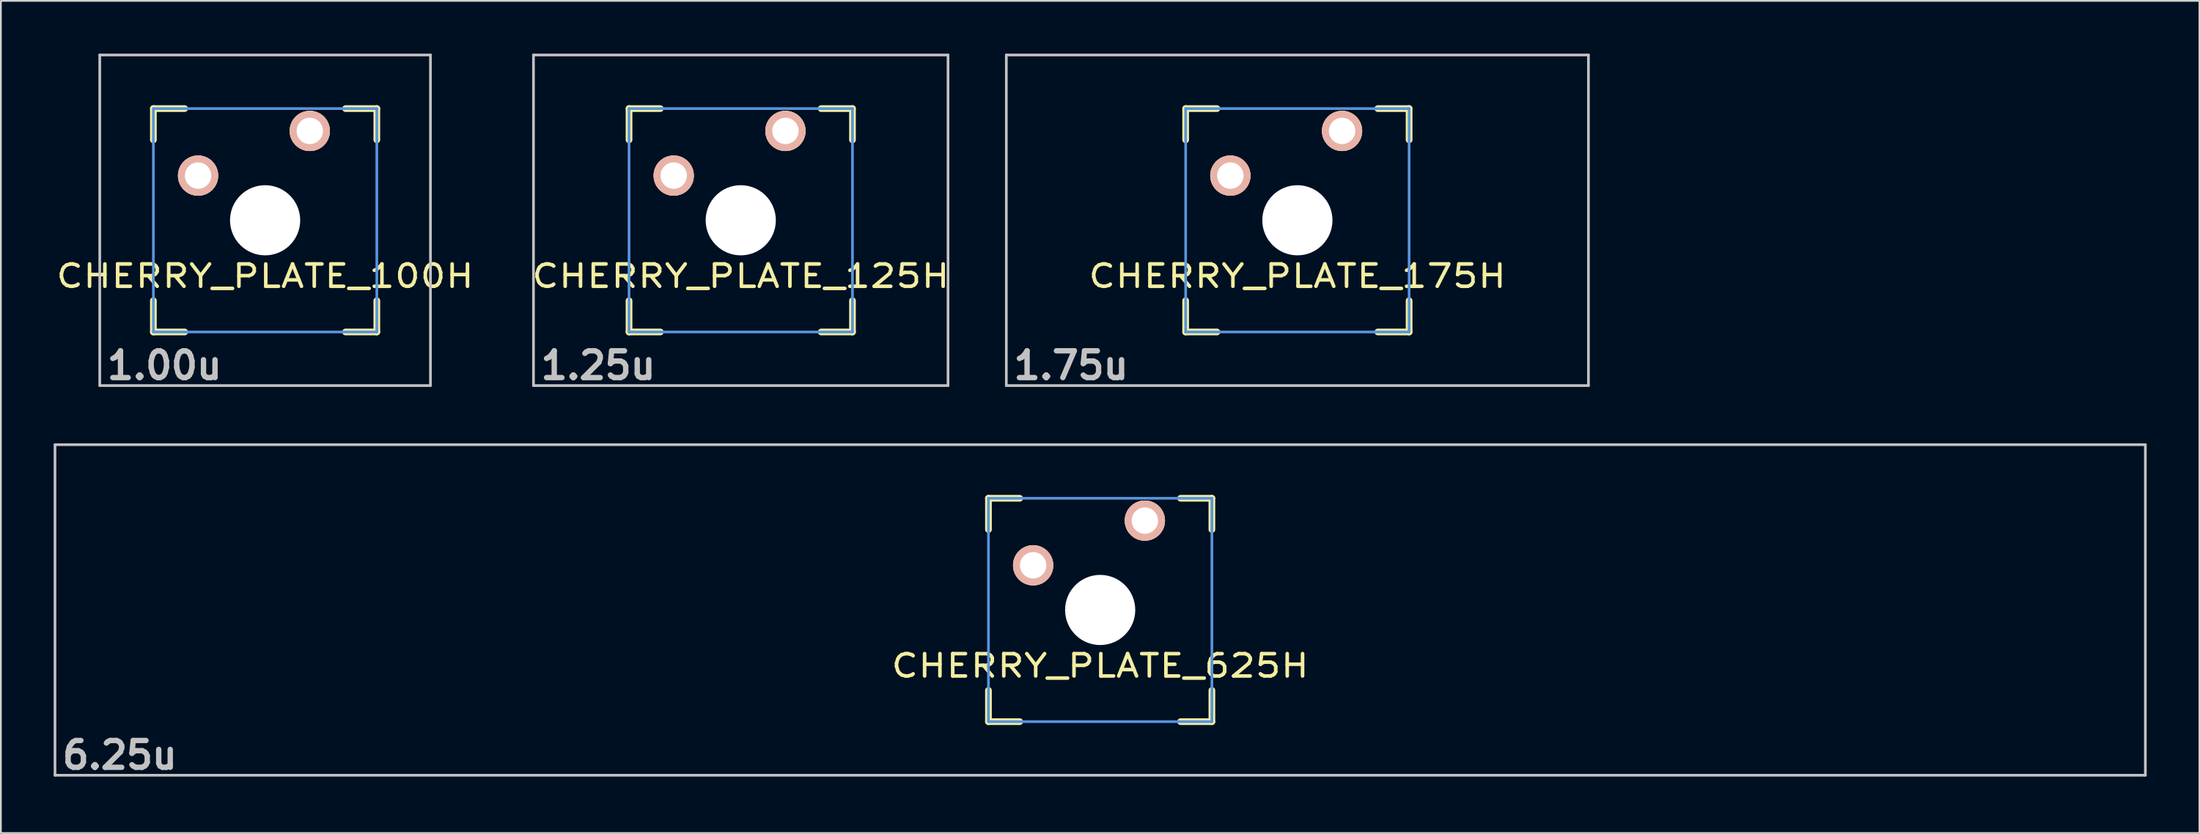
<source format=kicad_pcb>
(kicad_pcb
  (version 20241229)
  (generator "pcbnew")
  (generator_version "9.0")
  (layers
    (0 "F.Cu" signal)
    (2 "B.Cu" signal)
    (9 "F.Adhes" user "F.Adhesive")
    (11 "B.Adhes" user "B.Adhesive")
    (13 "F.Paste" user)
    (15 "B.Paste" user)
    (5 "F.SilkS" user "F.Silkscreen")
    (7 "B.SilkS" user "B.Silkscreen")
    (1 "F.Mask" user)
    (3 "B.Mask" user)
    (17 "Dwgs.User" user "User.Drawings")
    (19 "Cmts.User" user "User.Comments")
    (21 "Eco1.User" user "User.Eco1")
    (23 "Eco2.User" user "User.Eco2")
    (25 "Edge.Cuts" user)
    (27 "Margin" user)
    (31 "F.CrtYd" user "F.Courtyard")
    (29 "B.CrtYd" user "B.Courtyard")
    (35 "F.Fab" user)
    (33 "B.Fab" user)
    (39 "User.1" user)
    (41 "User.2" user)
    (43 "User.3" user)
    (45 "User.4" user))
  (footprint "CHERRY_PLATE_625H"
    (layer "F.Cu")
    (at 59.482 31.63)
    (property "Reference" "CHERRY_PLATE_625H" (at 0 3.175 0) (layer "F.SilkS") (effects (font (size 1.27 1.524) (thickness 0.203))))
    (attr through_hole)
    (fp_line (start -6.35 -6.35) (end -4.572 -6.35) (stroke (width 0.381) (type solid)) (layer "F.SilkS"))
    (fp_line (start -6.35 -4.572) (end -6.35 -6.35) (stroke (width 0.381) (type solid)) (layer "F.SilkS"))
    (fp_line (start -6.35 6.35) (end -6.35 4.572) (stroke (width 0.381) (type solid)) (layer "F.SilkS"))
    (fp_line (start -4.572 6.35) (end -6.35 6.35) (stroke (width 0.381) (type solid)) (layer "F.SilkS"))
    (fp_line (start 4.572 -6.35) (end 6.35 -6.35) (stroke (width 0.381) (type solid)) (layer "F.SilkS"))
    (fp_line (start 6.35 -6.35) (end 6.35 -4.572) (stroke (width 0.381) (type solid)) (layer "F.SilkS"))
    (fp_line (start 6.35 4.572) (end 6.35 6.35) (stroke (width 0.381) (type solid)) (layer "F.SilkS"))
    (fp_line (start 6.35 6.35) (end 4.572 6.35) (stroke (width 0.381) (type solid)) (layer "F.SilkS"))
    (fp_line (start -59.406 -9.398) (end 59.406 -9.398) (stroke (width 0.152) (type solid)) (layer "Dwgs.User"))
    (fp_line (start -59.406 9.398) (end -59.406 -9.398) (stroke (width 0.152) (type solid)) (layer "Dwgs.User"))
    (fp_line (start 59.406 -9.398) (end 59.406 9.398) (stroke (width 0.152) (type solid)) (layer "Dwgs.User"))
    (fp_line (start 59.406 9.398) (end -59.406 9.398) (stroke (width 0.152) (type solid)) (layer "Dwgs.User"))
    (fp_line (start -6.35 -6.35) (end 6.35 -6.35) (stroke (width 0.152) (type solid)) (layer "Cmts.User"))
    (fp_line (start -6.35 6.35) (end -6.35 -6.35) (stroke (width 0.152) (type solid)) (layer "Cmts.User"))
    (fp_line (start 6.35 -6.35) (end 6.35 6.35) (stroke (width 0.152) (type solid)) (layer "Cmts.User"))
    (fp_line (start 6.35 6.35) (end -6.35 6.35) (stroke (width 0.152) (type solid)) (layer "Cmts.User"))
    (fp_text user "6.25u" (at -55.723 8.255 0) (layer "Dwgs.User") (effects (font (size 1.524 1.524) (thickness 0.305))))
    (pad "" np_thru_hole circle (at 0 0) (size 3.988 3.988) (drill 3.988) (layers "*.Cu"))
    (pad "1" thru_hole circle (at 2.54 -5.08) (size 2.286 2.286) (drill 1.499) (layers "*.Cu" "*.SilkS" "*.Mask"))
    (pad "2" thru_hole circle (at -3.81 -2.54) (size 2.286 2.286) (drill 1.499) (layers "*.Cu" "*.SilkS" "*.Mask")))
  (footprint "CHERRY_PLATE_125H"
    (layer "F.Cu")
    (at 39.053 9.474)
    (property "Reference" "CHERRY_PLATE_125H" (at 0 3.175 0) (layer "F.SilkS") (effects (font (size 1.27 1.524) (thickness 0.203))))
    (attr through_hole)
    (fp_line (start -6.35 -6.35) (end -4.572 -6.35) (stroke (width 0.381) (type solid)) (layer "F.SilkS"))
    (fp_line (start -6.35 -4.572) (end -6.35 -6.35) (stroke (width 0.381) (type solid)) (layer "F.SilkS"))
    (fp_line (start -6.35 6.35) (end -6.35 4.572) (stroke (width 0.381) (type solid)) (layer "F.SilkS"))
    (fp_line (start -4.572 6.35) (end -6.35 6.35) (stroke (width 0.381) (type solid)) (layer "F.SilkS"))
    (fp_line (start 4.572 -6.35) (end 6.35 -6.35) (stroke (width 0.381) (type solid)) (layer "F.SilkS"))
    (fp_line (start 6.35 -6.35) (end 6.35 -4.572) (stroke (width 0.381) (type solid)) (layer "F.SilkS"))
    (fp_line (start 6.35 4.572) (end 6.35 6.35) (stroke (width 0.381) (type solid)) (layer "F.SilkS"))
    (fp_line (start 6.35 6.35) (end 4.572 6.35) (stroke (width 0.381) (type solid)) (layer "F.SilkS"))
    (fp_line (start -11.781 -9.398) (end 11.781 -9.398) (stroke (width 0.152) (type solid)) (layer "Dwgs.User"))
    (fp_line (start -11.781 9.398) (end -11.781 -9.398) (stroke (width 0.152) (type solid)) (layer "Dwgs.User"))
    (fp_line (start 11.781 -9.398) (end 11.781 9.398) (stroke (width 0.152) (type solid)) (layer "Dwgs.User"))
    (fp_line (start 11.781 9.398) (end -11.781 9.398) (stroke (width 0.152) (type solid)) (layer "Dwgs.User"))
    (fp_line (start -6.35 -6.35) (end 6.35 -6.35) (stroke (width 0.152) (type solid)) (layer "Cmts.User"))
    (fp_line (start -6.35 6.35) (end -6.35 -6.35) (stroke (width 0.152) (type solid)) (layer "Cmts.User"))
    (fp_line (start 6.35 -6.35) (end 6.35 6.35) (stroke (width 0.152) (type solid)) (layer "Cmts.User"))
    (fp_line (start 6.35 6.35) (end -6.35 6.35) (stroke (width 0.152) (type solid)) (layer "Cmts.User"))
    (fp_text user "1.25u" (at -8.098 8.255 0) (layer "Dwgs.User") (effects (font (size 1.524 1.524) (thickness 0.305))))
    (pad "" np_thru_hole circle (at 0 0) (size 3.988 3.988) (drill 3.988) (layers "*.Cu"))
    (pad "1" thru_hole circle (at 2.54 -5.08) (size 2.286 2.286) (drill 1.499) (layers "*.Cu" "*.SilkS" "*.Mask"))
    (pad "2" thru_hole circle (at -3.81 -2.54) (size 2.286 2.286) (drill 1.499) (layers "*.Cu" "*.SilkS" "*.Mask")))
  (footprint "CHERRY_PLATE_175H"
    (layer "F.Cu")
    (at 70.691 9.474)
    (property "Reference" "CHERRY_PLATE_175H" (at 0 3.175 0) (layer "F.SilkS") (effects (font (size 1.27 1.524) (thickness 0.203))))
    (attr through_hole)
    (fp_line (start -6.35 -6.35) (end -4.572 -6.35) (stroke (width 0.381) (type solid)) (layer "F.SilkS"))
    (fp_line (start -6.35 -4.572) (end -6.35 -6.35) (stroke (width 0.381) (type solid)) (layer "F.SilkS"))
    (fp_line (start -6.35 6.35) (end -6.35 4.572) (stroke (width 0.381) (type solid)) (layer "F.SilkS"))
    (fp_line (start -4.572 6.35) (end -6.35 6.35) (stroke (width 0.381) (type solid)) (layer "F.SilkS"))
    (fp_line (start 4.572 -6.35) (end 6.35 -6.35) (stroke (width 0.381) (type solid)) (layer "F.SilkS"))
    (fp_line (start 6.35 -6.35) (end 6.35 -4.572) (stroke (width 0.381) (type solid)) (layer "F.SilkS"))
    (fp_line (start 6.35 4.572) (end 6.35 6.35) (stroke (width 0.381) (type solid)) (layer "F.SilkS"))
    (fp_line (start 6.35 6.35) (end 4.572 6.35) (stroke (width 0.381) (type solid)) (layer "F.SilkS"))
    (fp_line (start -16.543 -9.398) (end 16.543 -9.398) (stroke (width 0.152) (type solid)) (layer "Dwgs.User"))
    (fp_line (start -16.543 9.398) (end -16.543 -9.398) (stroke (width 0.152) (type solid)) (layer "Dwgs.User"))
    (fp_line (start 16.543 -9.398) (end 16.543 9.398) (stroke (width 0.152) (type solid)) (layer "Dwgs.User"))
    (fp_line (start 16.543 9.398) (end -16.543 9.398) (stroke (width 0.152) (type solid)) (layer "Dwgs.User"))
    (fp_line (start -6.35 -6.35) (end 6.35 -6.35) (stroke (width 0.152) (type solid)) (layer "Cmts.User"))
    (fp_line (start -6.35 6.35) (end -6.35 -6.35) (stroke (width 0.152) (type solid)) (layer "Cmts.User"))
    (fp_line (start 6.35 -6.35) (end 6.35 6.35) (stroke (width 0.152) (type solid)) (layer "Cmts.User"))
    (fp_line (start 6.35 6.35) (end -6.35 6.35) (stroke (width 0.152) (type solid)) (layer "Cmts.User"))
    (fp_text user "1.75u" (at -12.86 8.255 0) (layer "Dwgs.User") (effects (font (size 1.524 1.524) (thickness 0.305))))
    (pad "" np_thru_hole circle (at 0 0) (size 3.988 3.988) (drill 3.988) (layers "*.Cu"))
    (pad "1" thru_hole circle (at 2.54 -5.08) (size 2.286 2.286) (drill 1.499) (layers "*.Cu" "*.SilkS" "*.Mask"))
    (pad "2" thru_hole circle (at -3.81 -2.54) (size 2.286 2.286) (drill 1.499) (layers "*.Cu" "*.SilkS" "*.Mask")))
  (footprint "CHERRY_PLATE_100H"
    (layer "F.Cu")
    (at 12.018 9.474)
    (property "Reference" "CHERRY_PLATE_100H" (at 0 3.175 0) (layer "F.SilkS") (effects (font (size 1.27 1.524) (thickness 0.203))))
    (attr through_hole)
    (fp_line (start -6.35 -6.35) (end -4.572 -6.35) (stroke (width 0.381) (type solid)) (layer "F.SilkS"))
    (fp_line (start -6.35 -4.572) (end -6.35 -6.35) (stroke (width 0.381) (type solid)) (layer "F.SilkS"))
    (fp_line (start -6.35 6.35) (end -6.35 4.572) (stroke (width 0.381) (type solid)) (layer "F.SilkS"))
    (fp_line (start -4.572 6.35) (end -6.35 6.35) (stroke (width 0.381) (type solid)) (layer "F.SilkS"))
    (fp_line (start 4.572 -6.35) (end 6.35 -6.35) (stroke (width 0.381) (type solid)) (layer "F.SilkS"))
    (fp_line (start 6.35 -6.35) (end 6.35 -4.572) (stroke (width 0.381) (type solid)) (layer "F.SilkS"))
    (fp_line (start 6.35 4.572) (end 6.35 6.35) (stroke (width 0.381) (type solid)) (layer "F.SilkS"))
    (fp_line (start 6.35 6.35) (end 4.572 6.35) (stroke (width 0.381) (type solid)) (layer "F.SilkS"))
    (fp_line (start -9.398 -9.398) (end 9.398 -9.398) (stroke (width 0.152) (type solid)) (layer "Dwgs.User"))
    (fp_line (start -9.398 9.398) (end -9.398 -9.398) (stroke (width 0.152) (type solid)) (layer "Dwgs.User"))
    (fp_line (start 9.398 -9.398) (end 9.398 9.398) (stroke (width 0.152) (type solid)) (layer "Dwgs.User"))
    (fp_line (start 9.398 9.398) (end -9.398 9.398) (stroke (width 0.152) (type solid)) (layer "Dwgs.User"))
    (fp_line (start -6.35 -6.35) (end 6.35 -6.35) (stroke (width 0.152) (type solid)) (layer "Cmts.User"))
    (fp_line (start -6.35 6.35) (end -6.35 -6.35) (stroke (width 0.152) (type solid)) (layer "Cmts.User"))
    (fp_line (start 6.35 -6.35) (end 6.35 6.35) (stroke (width 0.152) (type solid)) (layer "Cmts.User"))
    (fp_line (start 6.35 6.35) (end -6.35 6.35) (stroke (width 0.152) (type solid)) (layer "Cmts.User"))
    (fp_text user "1.00u" (at -5.715 8.255 0) (layer "Dwgs.User") (effects (font (size 1.524 1.524) (thickness 0.305))))
    (pad "" np_thru_hole circle (at 0 0) (size 3.988 3.988) (drill 3.988) (layers "*.Cu"))
    (pad "1" thru_hole circle (at 2.54 -5.08) (size 2.286 2.286) (drill 1.499) (layers "*.Cu" "*.SilkS" "*.Mask"))
    (pad "2" thru_hole circle (at -3.81 -2.54) (size 2.286 2.286) (drill 1.499) (layers "*.Cu" "*.SilkS" "*.Mask")))
  (gr_rect
    (start -3 -3)
    (end 121.963 44.311)
    (stroke (width 0.1) (type default))
    (fill no)
    (layer "Edge.Cuts")))
</source>
